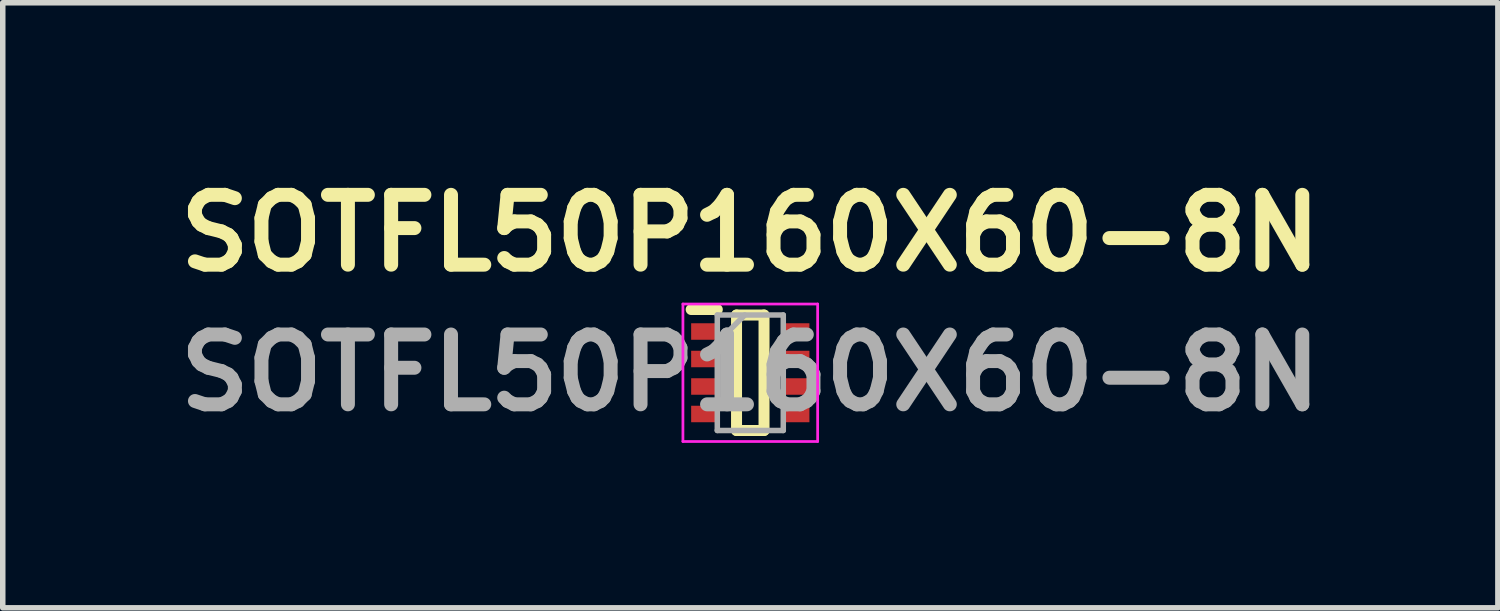
<source format=kicad_pcb>
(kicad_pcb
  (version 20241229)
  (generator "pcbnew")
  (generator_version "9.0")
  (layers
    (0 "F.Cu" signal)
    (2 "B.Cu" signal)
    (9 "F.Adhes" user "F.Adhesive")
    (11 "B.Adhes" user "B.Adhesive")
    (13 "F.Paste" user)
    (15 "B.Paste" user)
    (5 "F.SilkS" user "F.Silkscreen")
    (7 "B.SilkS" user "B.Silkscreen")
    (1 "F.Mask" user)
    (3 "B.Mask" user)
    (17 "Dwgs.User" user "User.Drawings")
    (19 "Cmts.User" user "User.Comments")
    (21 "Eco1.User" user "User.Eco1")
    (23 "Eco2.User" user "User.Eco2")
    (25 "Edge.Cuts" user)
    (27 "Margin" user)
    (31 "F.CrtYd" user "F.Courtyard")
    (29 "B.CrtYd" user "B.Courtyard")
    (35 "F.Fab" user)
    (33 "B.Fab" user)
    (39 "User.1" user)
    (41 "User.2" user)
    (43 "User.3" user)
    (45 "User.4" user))
  (footprint "SOTFL50P160X60-8N"
    (layer "F.Cu")
    (at 10.595 3.729)
    (property "Reference" "SOTFL50P160X60-8N" (at 0 -2.54 0) (layer "F.SilkS") (effects (font (size 1.27 1.27) (thickness 0.254))))
    (attr smd)
    (fp_line (start -1.075 -1.15) (end -0.6 -1.15) (stroke (width 0.2) (type solid)) (layer "F.SilkS"))
    (fp_line (start -0.25 -1.05) (end 0.25 -1.05) (stroke (width 0.2) (type solid)) (layer "F.SilkS"))
    (fp_line (start -0.25 1.05) (end -0.25 -1.05) (stroke (width 0.2) (type solid)) (layer "F.SilkS"))
    (fp_line (start 0.25 -1.05) (end 0.25 1.05) (stroke (width 0.2) (type solid)) (layer "F.SilkS"))
    (fp_line (start 0.25 1.05) (end -0.25 1.05) (stroke (width 0.2) (type solid)) (layer "F.SilkS"))
    (fp_line (start -1.225 -1.25) (end 1.225 -1.25) (stroke (width 0.05) (type solid)) (layer "F.CrtYd"))
    (fp_line (start -1.225 1.25) (end -1.225 -1.25) (stroke (width 0.05) (type solid)) (layer "F.CrtYd"))
    (fp_line (start 1.225 -1.25) (end 1.225 1.25) (stroke (width 0.05) (type solid)) (layer "F.CrtYd"))
    (fp_line (start 1.225 1.25) (end -1.225 1.25) (stroke (width 0.05) (type solid)) (layer "F.CrtYd"))
    (fp_line (start -0.6 -1.05) (end 0.6 -1.05) (stroke (width 0.1) (type solid)) (layer "F.Fab"))
    (fp_line (start -0.6 -0.55) (end -0.1 -1.05) (stroke (width 0.1) (type solid)) (layer "F.Fab"))
    (fp_line (start -0.6 1.05) (end -0.6 -1.05) (stroke (width 0.1) (type solid)) (layer "F.Fab"))
    (fp_line (start 0.6 -1.05) (end 0.6 1.05) (stroke (width 0.1) (type solid)) (layer "F.Fab"))
    (fp_line (start 0.6 1.05) (end -0.6 1.05) (stroke (width 0.1) (type solid)) (layer "F.Fab"))
    (fp_text user "${REFERENCE}" (at 0 0 0) (layer "F.Fab") (effects (font (size 1.27 1.27) (thickness 0.254))))
    (pad "1" smd rect (at -0.838 -0.75 90) (size 0.3 0.475) (layers "F.Cu" "F.Mask" "F.Paste"))
    (pad "2" smd rect (at -0.838 -0.25 90) (size 0.3 0.475) (layers "F.Cu" "F.Mask" "F.Paste"))
    (pad "3" smd rect (at -0.838 0.25 90) (size 0.3 0.475) (layers "F.Cu" "F.Mask" "F.Paste"))
    (pad "4" smd rect (at -0.838 0.75 90) (size 0.3 0.475) (layers "F.Cu" "F.Mask" "F.Paste"))
    (pad "5" smd rect (at 0.838 0.75 90) (size 0.3 0.475) (layers "F.Cu" "F.Mask" "F.Paste"))
    (pad "6" smd rect (at 0.838 0.25 90) (size 0.3 0.475) (layers "F.Cu" "F.Mask" "F.Paste"))
    (pad "7" smd rect (at 0.838 -0.25 90) (size 0.3 0.475) (layers "F.Cu" "F.Mask" "F.Paste"))
    (pad "8" smd rect (at 0.838 -0.75 90) (size 0.3 0.475) (layers "F.Cu" "F.Mask" "F.Paste")))
  (gr_rect
    (start -3 -3)
    (end 24.191 8.004)
    (stroke (width 0.1) (type default))
    (fill no)
    (layer "Edge.Cuts")))
</source>
